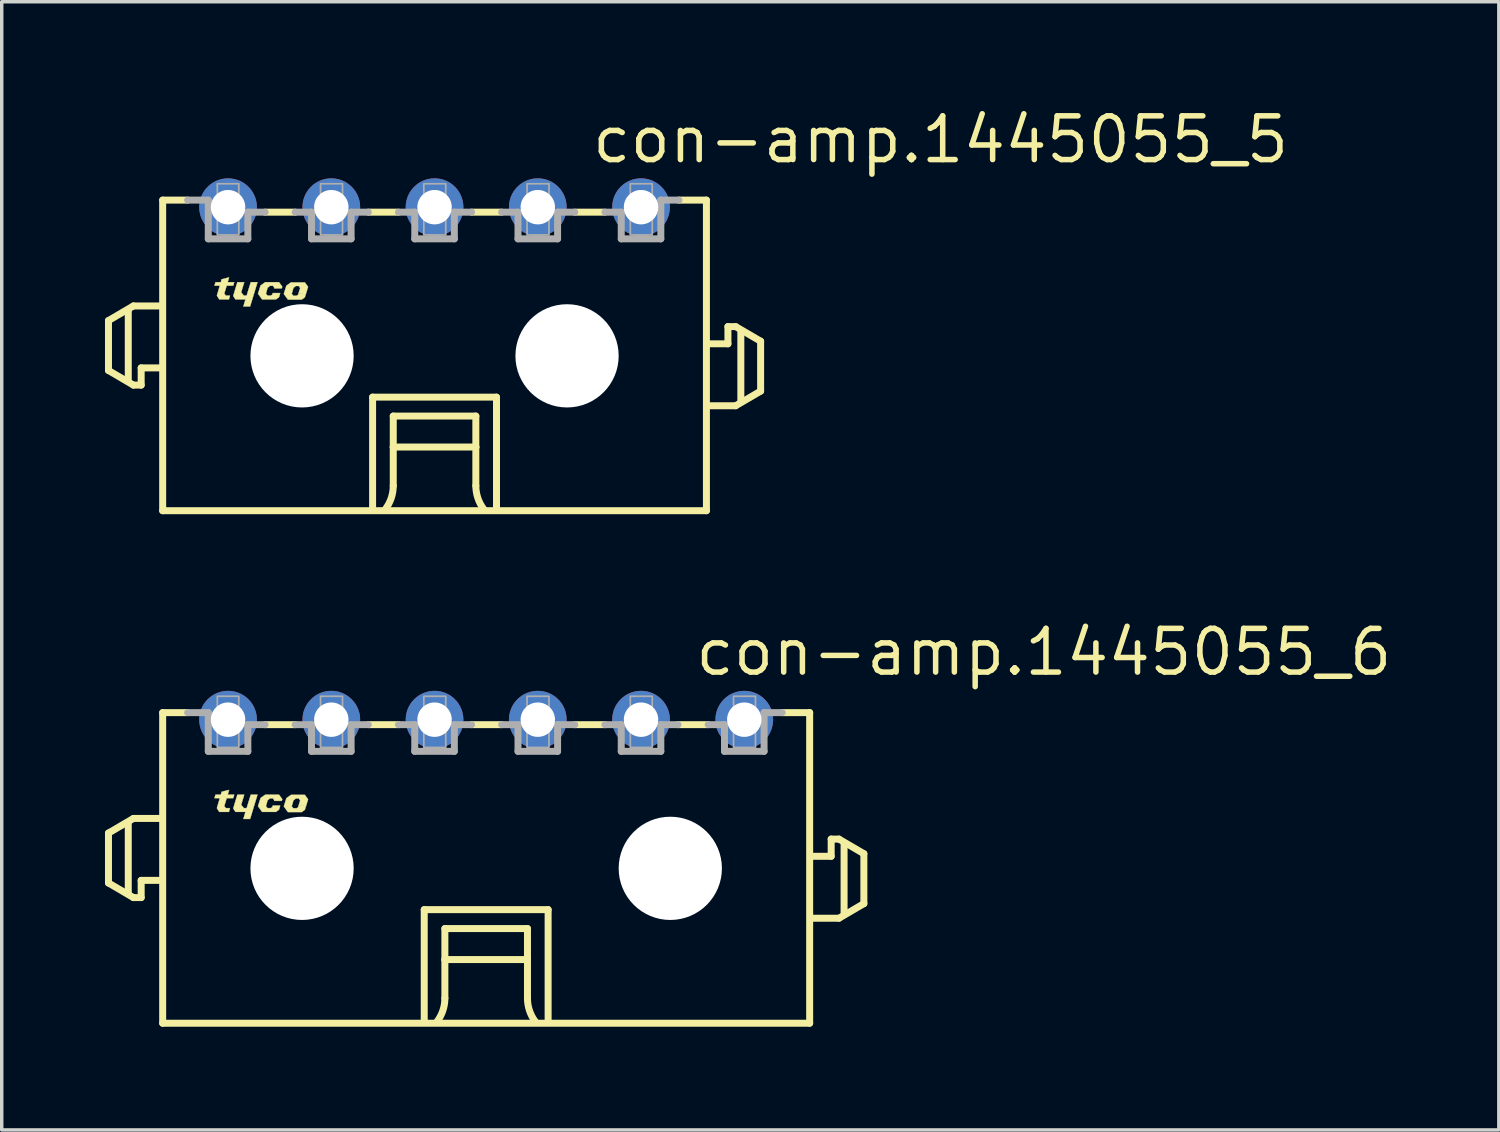
<source format=kicad_pcb>
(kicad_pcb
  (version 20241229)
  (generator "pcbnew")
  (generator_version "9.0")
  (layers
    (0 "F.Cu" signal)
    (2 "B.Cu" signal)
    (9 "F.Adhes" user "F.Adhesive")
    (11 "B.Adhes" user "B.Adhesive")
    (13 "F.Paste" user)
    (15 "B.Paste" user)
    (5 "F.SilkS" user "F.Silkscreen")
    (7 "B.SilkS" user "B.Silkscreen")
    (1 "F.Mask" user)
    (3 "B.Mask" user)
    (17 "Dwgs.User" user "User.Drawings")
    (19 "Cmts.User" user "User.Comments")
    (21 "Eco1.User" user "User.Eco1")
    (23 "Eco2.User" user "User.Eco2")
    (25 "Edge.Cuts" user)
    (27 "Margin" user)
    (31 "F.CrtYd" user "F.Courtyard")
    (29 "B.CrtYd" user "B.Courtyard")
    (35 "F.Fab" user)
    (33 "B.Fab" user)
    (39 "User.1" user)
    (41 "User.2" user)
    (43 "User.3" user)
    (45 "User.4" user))
  (footprint "con-amp.1445055_6"
    (layer "F.Cu")
    (at 11.077 22.182)
    (property "Reference" "con-amp.1445055_6" (at 6 -5.54 0) (layer "F.SilkS") (effects (font (size 1.27 1.27) (thickness 0.16)) (justify left bottom)))
    (attr through_hole)
    (fp_line (start -10.975 -1.025) (end -10.975 0.425) (stroke (width 0.203) (type default)) (layer "F.SilkS"))
    (fp_line (start -10.975 0.425) (end -10.25 0.85) (stroke (width 0.203) (type default)) (layer "F.SilkS"))
    (fp_line (start -10.4 0.7) (end -10.4 -1.3) (stroke (width 0.203) (type default)) (layer "F.SilkS"))
    (fp_line (start -10.25 -1.45) (end -10.975 -1.025) (stroke (width 0.203) (type default)) (layer "F.SilkS"))
    (fp_line (start -10.25 0.85) (end -10.025 0.85) (stroke (width 0.203) (type default)) (layer "F.SilkS"))
    (fp_line (start -10.025 0.35) (end -9.5 0.35) (stroke (width 0.203) (type default)) (layer "F.SilkS"))
    (fp_line (start -10.025 0.85) (end -10.025 0.35) (stroke (width 0.203) (type default)) (layer "F.SilkS"))
    (fp_line (start -9.5 -1.45) (end -10.25 -1.45) (stroke (width 0.203) (type default)) (layer "F.SilkS"))
    (fp_line (start -9.4 -4.525) (end -9.4 4.5) (stroke (width 0.203) (type default)) (layer "F.SilkS"))
    (fp_line (start -9.4 -4.525) (end -8.675 -4.525) (stroke (width 0.203) (type default)) (layer "F.SilkS"))
    (fp_line (start -9.4 4.5) (end 9.4 4.5) (stroke (width 0.203) (type default)) (layer "F.SilkS"))
    (fp_line (start -5.55 -4.175) (end -6.425 -4.175) (stroke (width 0.203) (type default)) (layer "F.SilkS"))
    (fp_line (start -2.55 -4.175) (end -3.425 -4.175) (stroke (width 0.203) (type default)) (layer "F.SilkS"))
    (fp_line (start -1.8 1.2) (end 1.8 1.2) (stroke (width 0.203) (type default)) (layer "F.SilkS"))
    (fp_line (start -1.8 4.4) (end -1.8 1.2) (stroke (width 0.203) (type default)) (layer "F.SilkS"))
    (fp_line (start -1.2 1.75) (end -1.2 2.65) (stroke (width 0.203) (type default)) (layer "F.SilkS"))
    (fp_line (start -1.2 2.65) (end -1.2 3.775) (stroke (width 0.203) (type default)) (layer "F.SilkS"))
    (fp_line (start -1.2 2.65) (end 1.2 2.65) (stroke (width 0.203) (type default)) (layer "F.SilkS"))
    (fp_line (start 0.45 -4.175) (end -0.425 -4.175) (stroke (width 0.203) (type default)) (layer "F.SilkS"))
    (fp_line (start 1.2 1.75) (end -1.2 1.75) (stroke (width 0.203) (type default)) (layer "F.SilkS"))
    (fp_line (start 1.2 2.65) (end 1.2 1.75) (stroke (width 0.203) (type default)) (layer "F.SilkS"))
    (fp_line (start 1.2 2.65) (end 1.2 3.775) (stroke (width 0.203) (type default)) (layer "F.SilkS"))
    (fp_line (start 1.8 1.2) (end 1.8 4.4) (stroke (width 0.203) (type default)) (layer "F.SilkS"))
    (fp_line (start 3.45 -4.175) (end 2.575 -4.175) (stroke (width 0.203) (type default)) (layer "F.SilkS"))
    (fp_line (start 6.45 -4.175) (end 5.575 -4.175) (stroke (width 0.203) (type default)) (layer "F.SilkS"))
    (fp_line (start 9.4 -4.525) (end 8.6 -4.525) (stroke (width 0.203) (type default)) (layer "F.SilkS"))
    (fp_line (start 9.4 4.5) (end 9.4 -4.525) (stroke (width 0.203) (type default)) (layer "F.SilkS"))
    (fp_line (start 9.5 1.45) (end 10.25 1.45) (stroke (width 0.203) (type default)) (layer "F.SilkS"))
    (fp_line (start 10.025 -0.85) (end 10.025 -0.35) (stroke (width 0.203) (type default)) (layer "F.SilkS"))
    (fp_line (start 10.025 -0.35) (end 9.5 -0.35) (stroke (width 0.203) (type default)) (layer "F.SilkS"))
    (fp_line (start 10.25 -0.85) (end 10.025 -0.85) (stroke (width 0.203) (type default)) (layer "F.SilkS"))
    (fp_line (start 10.25 1.45) (end 10.975 1.025) (stroke (width 0.203) (type default)) (layer "F.SilkS"))
    (fp_line (start 10.4 1.3) (end 10.4 -0.7) (stroke (width 0.203) (type default)) (layer "F.SilkS"))
    (fp_line (start 10.975 -0.425) (end 10.25 -0.85) (stroke (width 0.203) (type default)) (layer "F.SilkS"))
    (fp_line (start 10.975 1.025) (end 10.975 -0.425) (stroke (width 0.203) (type default)) (layer "F.SilkS"))
    (fp_arc (start -1.2 3.775) (mid -1.257731 4.130756) (end -1.425 4.45) (stroke (width 0.2032) (type default)) (layer "F.SilkS"))
    (fp_arc (start 1.425 4.45) (mid 1.257731 4.130756) (end 1.2 3.775) (stroke (width 0.2032) (type default)) (layer "F.SilkS"))
    (fp_poly (pts (xy -7.23 -2.14) (xy -7.03 -2.14) (xy -7.12 -1.845) (xy -7.04 -1.75) (xy -6.96 -1.75) (xy -6.84 -2.14) (xy -6.645 -2.14) (xy -6.86 -1.435) (xy -7.055 -1.435) (xy -6.995 -1.64) (xy -7.285 -1.64) (xy -7.35 -1.74)) (stroke (width 0.01) (type default)) (fill yes) (layer "F.SilkS"))
    (fp_poly (pts (xy -7.865 -2.14) (xy -7.71 -2.14) (xy -7.688 -2.225) (xy -7.47 -2.28) (xy -7.51 -2.14) (xy -7.32 -2.14) (xy -7.35 -2.04) (xy -7.54 -2.04) (xy -7.61 -1.81) (xy -7.565 -1.75) (xy -7.445 -1.75) (xy -7.475 -1.64) (xy -7.755 -1.64) (xy -7.825 -1.75) (xy -7.74 -2.04) (xy -7.895 -2.04)) (stroke (width 0.01) (type default)) (fill yes) (layer "F.SilkS"))
    (fp_poly (pts (xy -6.16 -1.96) (xy -5.94 -1.96) (xy -5.925 -2.01) (xy -6.02 -2.14) (xy -6.42 -2.14) (xy -6.555 -2.045) (xy -6.63 -1.805) (xy -6.51 -1.64) (xy -6.11 -1.64) (xy -6.02 -1.705) (xy -5.985 -1.825) (xy -6.2 -1.825) (xy -6.215 -1.78) (xy -6.26 -1.75) (xy -6.355 -1.75) (xy -6.4 -1.81) (xy -6.35 -1.98) (xy -6.28 -2.035) (xy -6.195 -2.035) (xy -6.155 -1.975)) (stroke (width 0.01) (type default)) (fill yes) (layer "F.SilkS"))
    (fp_poly (pts (xy -5.45 -1.825) (xy -5.23 -1.825) (xy -5.175 -2.005) (xy -5.27 -2.135) (xy -5.67 -2.135) (xy -5.805 -2.04) (xy -5.88 -1.8) (xy -5.76 -1.635) (xy -5.36 -1.635) (xy -5.27 -1.7) (xy -5.23 -1.825) (xy -5.45 -1.82) (xy -5.465 -1.775) (xy -5.51 -1.745) (xy -5.605 -1.745) (xy -5.65 -1.805) (xy -5.6 -1.975) (xy -5.53 -2.03) (xy -5.445 -2.03) (xy -5.405 -1.97)) (stroke (width 0.01) (type default)) (fill yes) (layer "F.SilkS"))
    (fp_line (start -8.075 -4.525) (end -8.675 -4.525) (stroke (width 0.203) (type default)) (layer "F.Fab"))
    (fp_line (start -8.075 -3.4) (end -8.075 -4.525) (stroke (width 0.203) (type default)) (layer "F.Fab"))
    (fp_line (start -6.925 -4.175) (end -6.925 -3.4) (stroke (width 0.203) (type default)) (layer "F.Fab"))
    (fp_line (start -6.925 -3.4) (end -8.075 -3.4) (stroke (width 0.203) (type default)) (layer "F.Fab"))
    (fp_line (start -6.425 -4.175) (end -6.925 -4.175) (stroke (width 0.203) (type default)) (layer "F.Fab"))
    (fp_line (start -5.075 -4.175) (end -5.55 -4.175) (stroke (width 0.203) (type default)) (layer "F.Fab"))
    (fp_line (start -5.075 -3.4) (end -5.075 -4.175) (stroke (width 0.203) (type default)) (layer "F.Fab"))
    (fp_line (start -3.925 -4.175) (end -3.925 -3.4) (stroke (width 0.203) (type default)) (layer "F.Fab"))
    (fp_line (start -3.925 -3.4) (end -5.075 -3.4) (stroke (width 0.203) (type default)) (layer "F.Fab"))
    (fp_line (start -3.425 -4.175) (end -3.925 -4.175) (stroke (width 0.203) (type default)) (layer "F.Fab"))
    (fp_line (start -2.075 -4.175) (end -2.55 -4.175) (stroke (width 0.203) (type default)) (layer "F.Fab"))
    (fp_line (start -2.075 -3.4) (end -2.075 -4.175) (stroke (width 0.203) (type default)) (layer "F.Fab"))
    (fp_line (start -0.925 -4.175) (end -0.925 -3.4) (stroke (width 0.203) (type default)) (layer "F.Fab"))
    (fp_line (start -0.925 -3.4) (end -2.075 -3.4) (stroke (width 0.203) (type default)) (layer "F.Fab"))
    (fp_line (start -0.425 -4.175) (end -0.925 -4.175) (stroke (width 0.203) (type default)) (layer "F.Fab"))
    (fp_line (start 0.925 -4.175) (end 0.45 -4.175) (stroke (width 0.203) (type default)) (layer "F.Fab"))
    (fp_line (start 0.925 -3.4) (end 0.925 -4.175) (stroke (width 0.203) (type default)) (layer "F.Fab"))
    (fp_line (start 2.075 -4.175) (end 2.075 -3.4) (stroke (width 0.203) (type default)) (layer "F.Fab"))
    (fp_line (start 2.075 -3.4) (end 0.925 -3.4) (stroke (width 0.203) (type default)) (layer "F.Fab"))
    (fp_line (start 2.575 -4.175) (end 2.075 -4.175) (stroke (width 0.203) (type default)) (layer "F.Fab"))
    (fp_line (start 3.925 -4.175) (end 3.45 -4.175) (stroke (width 0.203) (type default)) (layer "F.Fab"))
    (fp_line (start 3.925 -3.4) (end 3.925 -4.175) (stroke (width 0.203) (type default)) (layer "F.Fab"))
    (fp_line (start 5.075 -4.175) (end 5.075 -3.4) (stroke (width 0.203) (type default)) (layer "F.Fab"))
    (fp_line (start 5.075 -3.4) (end 3.925 -3.4) (stroke (width 0.203) (type default)) (layer "F.Fab"))
    (fp_line (start 5.575 -4.175) (end 5.075 -4.175) (stroke (width 0.203) (type default)) (layer "F.Fab"))
    (fp_line (start 6.925 -4.175) (end 6.45 -4.175) (stroke (width 0.203) (type default)) (layer "F.Fab"))
    (fp_line (start 6.925 -3.4) (end 6.925 -4.175) (stroke (width 0.203) (type default)) (layer "F.Fab"))
    (fp_line (start 8.075 -4.525) (end 8.075 -3.4) (stroke (width 0.203) (type default)) (layer "F.Fab"))
    (fp_line (start 8.075 -3.4) (end 6.925 -3.4) (stroke (width 0.203) (type default)) (layer "F.Fab"))
    (fp_line (start 8.6 -4.525) (end 8.075 -4.525) (stroke (width 0.203) (type default)) (layer "F.Fab"))
    (fp_rect (start -7.812 -3.513) (end -7.188 -5) (stroke (width 0.05) (type default)) (fill no) (layer "F.Fab"))
    (fp_rect (start -4.812 -3.513) (end -4.175 -5) (stroke (width 0.05) (type default)) (fill no) (layer "F.Fab"))
    (fp_rect (start -1.812 -3.513) (end -1.175 -5) (stroke (width 0.05) (type default)) (fill no) (layer "F.Fab"))
    (fp_rect (start 1.188 -3.513) (end 1.825 -5) (stroke (width 0.05) (type default)) (fill no) (layer "F.Fab"))
    (fp_rect (start 4.188 -3.513) (end 4.825 -5) (stroke (width 0.05) (type default)) (fill no) (layer "F.Fab"))
    (fp_rect (start 7.188 -3.513) (end 7.825 -5) (stroke (width 0.05) (type default)) (fill no) (layer "F.Fab"))
    (pad "" np_thru_hole circle (at -5.35 0) (size 3 3) (drill 3) (layers "*.Cu" "*.Mask"))
    (pad "" np_thru_hole circle (at 5.35 0) (size 3 3) (drill 3) (layers "*.Cu" "*.Mask"))
    (pad "1" thru_hole circle (at 7.5 -4.32) (size 1.676 1.676) (drill 1) (layers "*.Cu" "*.Mask"))
    (pad "2" thru_hole circle (at 4.5 -4.32) (size 1.676 1.676) (drill 1) (layers "*.Cu" "*.Mask"))
    (pad "3" thru_hole circle (at 1.5 -4.32) (size 1.676 1.676) (drill 1) (layers "*.Cu" "*.Mask"))
    (pad "4" thru_hole circle (at -1.5 -4.32) (size 1.676 1.676) (drill 1) (layers "*.Cu" "*.Mask"))
    (pad "5" thru_hole circle (at -4.5 -4.32) (size 1.676 1.676) (drill 1) (layers "*.Cu" "*.Mask"))
    (pad "6" thru_hole circle (at -7.5 -4.32) (size 1.676 1.676) (drill 1) (layers "*.Cu" "*.Mask")))
  (footprint "con-amp.1445055_5"
    (layer "F.Cu")
    (at 9.577 7.29)
    (property "Reference" "con-amp.1445055_5" (at 4.5 -5.54 0) (layer "F.SilkS") (effects (font (size 1.27 1.27) (thickness 0.16)) (justify left bottom)))
    (attr through_hole)
    (fp_line (start -9.475 -1.025) (end -9.475 0.425) (stroke (width 0.203) (type default)) (layer "F.SilkS"))
    (fp_line (start -9.475 0.425) (end -8.75 0.85) (stroke (width 0.203) (type default)) (layer "F.SilkS"))
    (fp_line (start -8.9 0.7) (end -8.9 -1.3) (stroke (width 0.203) (type default)) (layer "F.SilkS"))
    (fp_line (start -8.75 -1.45) (end -9.475 -1.025) (stroke (width 0.203) (type default)) (layer "F.SilkS"))
    (fp_line (start -8.75 0.85) (end -8.525 0.85) (stroke (width 0.203) (type default)) (layer "F.SilkS"))
    (fp_line (start -8.525 0.35) (end -8 0.35) (stroke (width 0.203) (type default)) (layer "F.SilkS"))
    (fp_line (start -8.525 0.85) (end -8.525 0.35) (stroke (width 0.203) (type default)) (layer "F.SilkS"))
    (fp_line (start -8 -1.45) (end -8.75 -1.45) (stroke (width 0.203) (type default)) (layer "F.SilkS"))
    (fp_line (start -7.9 -4.525) (end -7.9 4.5) (stroke (width 0.203) (type default)) (layer "F.SilkS"))
    (fp_line (start -7.9 -4.525) (end -7.175 -4.525) (stroke (width 0.203) (type default)) (layer "F.SilkS"))
    (fp_line (start -7.9 4.5) (end 7.9 4.5) (stroke (width 0.203) (type default)) (layer "F.SilkS"))
    (fp_line (start -4.05 -4.175) (end -4.925 -4.175) (stroke (width 0.203) (type default)) (layer "F.SilkS"))
    (fp_line (start -1.8 1.2) (end 1.8 1.2) (stroke (width 0.203) (type default)) (layer "F.SilkS"))
    (fp_line (start -1.8 4.4) (end -1.8 1.2) (stroke (width 0.203) (type default)) (layer "F.SilkS"))
    (fp_line (start -1.2 1.75) (end -1.2 2.65) (stroke (width 0.203) (type default)) (layer "F.SilkS"))
    (fp_line (start -1.2 2.65) (end -1.2 3.775) (stroke (width 0.203) (type default)) (layer "F.SilkS"))
    (fp_line (start -1.2 2.65) (end 1.2 2.65) (stroke (width 0.203) (type default)) (layer "F.SilkS"))
    (fp_line (start -1.05 -4.175) (end -1.925 -4.175) (stroke (width 0.203) (type default)) (layer "F.SilkS"))
    (fp_line (start 1.2 1.75) (end -1.2 1.75) (stroke (width 0.203) (type default)) (layer "F.SilkS"))
    (fp_line (start 1.2 2.65) (end 1.2 1.75) (stroke (width 0.203) (type default)) (layer "F.SilkS"))
    (fp_line (start 1.2 2.65) (end 1.2 3.775) (stroke (width 0.203) (type default)) (layer "F.SilkS"))
    (fp_line (start 1.8 1.2) (end 1.8 4.4) (stroke (width 0.203) (type default)) (layer "F.SilkS"))
    (fp_line (start 1.95 -4.175) (end 1.075 -4.175) (stroke (width 0.203) (type default)) (layer "F.SilkS"))
    (fp_line (start 4.95 -4.175) (end 4.075 -4.175) (stroke (width 0.203) (type default)) (layer "F.SilkS"))
    (fp_line (start 7.9 -4.525) (end 7.1 -4.525) (stroke (width 0.203) (type default)) (layer "F.SilkS"))
    (fp_line (start 7.9 4.5) (end 7.9 -4.525) (stroke (width 0.203) (type default)) (layer "F.SilkS"))
    (fp_line (start 8 1.45) (end 8.75 1.45) (stroke (width 0.203) (type default)) (layer "F.SilkS"))
    (fp_line (start 8.525 -0.85) (end 8.525 -0.35) (stroke (width 0.203) (type default)) (layer "F.SilkS"))
    (fp_line (start 8.525 -0.35) (end 8 -0.35) (stroke (width 0.203) (type default)) (layer "F.SilkS"))
    (fp_line (start 8.75 -0.85) (end 8.525 -0.85) (stroke (width 0.203) (type default)) (layer "F.SilkS"))
    (fp_line (start 8.75 1.45) (end 9.475 1.025) (stroke (width 0.203) (type default)) (layer "F.SilkS"))
    (fp_line (start 8.9 1.3) (end 8.9 -0.7) (stroke (width 0.203) (type default)) (layer "F.SilkS"))
    (fp_line (start 9.475 -0.425) (end 8.75 -0.85) (stroke (width 0.203) (type default)) (layer "F.SilkS"))
    (fp_line (start 9.475 1.025) (end 9.475 -0.425) (stroke (width 0.203) (type default)) (layer "F.SilkS"))
    (fp_arc (start -1.2 3.775) (mid -1.257731 4.130756) (end -1.425 4.45) (stroke (width 0.2032) (type default)) (layer "F.SilkS"))
    (fp_arc (start 1.425 4.45) (mid 1.257731 4.130756) (end 1.2 3.775) (stroke (width 0.2032) (type default)) (layer "F.SilkS"))
    (fp_poly (pts (xy -5.73 -2.14) (xy -5.53 -2.14) (xy -5.62 -1.845) (xy -5.54 -1.75) (xy -5.46 -1.75) (xy -5.34 -2.14) (xy -5.145 -2.14) (xy -5.36 -1.435) (xy -5.555 -1.435) (xy -5.495 -1.64) (xy -5.785 -1.64) (xy -5.85 -1.74)) (stroke (width 0.01) (type default)) (fill yes) (layer "F.SilkS"))
    (fp_poly (pts (xy -6.365 -2.14) (xy -6.21 -2.14) (xy -6.188 -2.225) (xy -5.97 -2.28) (xy -6.01 -2.14) (xy -5.82 -2.14) (xy -5.85 -2.04) (xy -6.04 -2.04) (xy -6.11 -1.81) (xy -6.065 -1.75) (xy -5.945 -1.75) (xy -5.975 -1.64) (xy -6.255 -1.64) (xy -6.325 -1.75) (xy -6.24 -2.04) (xy -6.395 -2.04)) (stroke (width 0.01) (type default)) (fill yes) (layer "F.SilkS"))
    (fp_poly (pts (xy -4.66 -1.96) (xy -4.44 -1.96) (xy -4.425 -2.01) (xy -4.52 -2.14) (xy -4.92 -2.14) (xy -5.055 -2.045) (xy -5.13 -1.805) (xy -5.01 -1.64) (xy -4.61 -1.64) (xy -4.52 -1.705) (xy -4.485 -1.825) (xy -4.7 -1.825) (xy -4.715 -1.78) (xy -4.76 -1.75) (xy -4.855 -1.75) (xy -4.9 -1.81) (xy -4.85 -1.98) (xy -4.78 -2.035) (xy -4.695 -2.035) (xy -4.655 -1.975)) (stroke (width 0.01) (type default)) (fill yes) (layer "F.SilkS"))
    (fp_poly (pts (xy -3.95 -1.825) (xy -3.73 -1.825) (xy -3.675 -2.005) (xy -3.77 -2.135) (xy -4.17 -2.135) (xy -4.305 -2.04) (xy -4.38 -1.8) (xy -4.26 -1.635) (xy -3.86 -1.635) (xy -3.77 -1.7) (xy -3.73 -1.825) (xy -3.95 -1.82) (xy -3.965 -1.775) (xy -4.01 -1.745) (xy -4.105 -1.745) (xy -4.15 -1.805) (xy -4.1 -1.975) (xy -4.03 -2.03) (xy -3.945 -2.03) (xy -3.905 -1.97)) (stroke (width 0.01) (type default)) (fill yes) (layer "F.SilkS"))
    (fp_line (start -6.575 -4.525) (end -7.175 -4.525) (stroke (width 0.203) (type default)) (layer "F.Fab"))
    (fp_line (start -6.575 -3.4) (end -6.575 -4.525) (stroke (width 0.203) (type default)) (layer "F.Fab"))
    (fp_line (start -5.425 -4.175) (end -5.425 -3.4) (stroke (width 0.203) (type default)) (layer "F.Fab"))
    (fp_line (start -5.425 -3.4) (end -6.575 -3.4) (stroke (width 0.203) (type default)) (layer "F.Fab"))
    (fp_line (start -4.925 -4.175) (end -5.425 -4.175) (stroke (width 0.203) (type default)) (layer "F.Fab"))
    (fp_line (start -3.575 -4.175) (end -4.05 -4.175) (stroke (width 0.203) (type default)) (layer "F.Fab"))
    (fp_line (start -3.575 -3.4) (end -3.575 -4.175) (stroke (width 0.203) (type default)) (layer "F.Fab"))
    (fp_line (start -2.425 -4.175) (end -2.425 -3.4) (stroke (width 0.203) (type default)) (layer "F.Fab"))
    (fp_line (start -2.425 -3.4) (end -3.575 -3.4) (stroke (width 0.203) (type default)) (layer "F.Fab"))
    (fp_line (start -1.925 -4.175) (end -2.425 -4.175) (stroke (width 0.203) (type default)) (layer "F.Fab"))
    (fp_line (start -0.575 -4.175) (end -1.05 -4.175) (stroke (width 0.203) (type default)) (layer "F.Fab"))
    (fp_line (start -0.575 -3.4) (end -0.575 -4.175) (stroke (width 0.203) (type default)) (layer "F.Fab"))
    (fp_line (start 0.575 -4.175) (end 0.575 -3.4) (stroke (width 0.203) (type default)) (layer "F.Fab"))
    (fp_line (start 0.575 -3.4) (end -0.575 -3.4) (stroke (width 0.203) (type default)) (layer "F.Fab"))
    (fp_line (start 1.075 -4.175) (end 0.575 -4.175) (stroke (width 0.203) (type default)) (layer "F.Fab"))
    (fp_line (start 2.425 -4.175) (end 1.95 -4.175) (stroke (width 0.203) (type default)) (layer "F.Fab"))
    (fp_line (start 2.425 -3.4) (end 2.425 -4.175) (stroke (width 0.203) (type default)) (layer "F.Fab"))
    (fp_line (start 3.575 -4.175) (end 3.575 -3.4) (stroke (width 0.203) (type default)) (layer "F.Fab"))
    (fp_line (start 3.575 -3.4) (end 2.425 -3.4) (stroke (width 0.203) (type default)) (layer "F.Fab"))
    (fp_line (start 4.075 -4.175) (end 3.575 -4.175) (stroke (width 0.203) (type default)) (layer "F.Fab"))
    (fp_line (start 5.425 -4.175) (end 4.95 -4.175) (stroke (width 0.203) (type default)) (layer "F.Fab"))
    (fp_line (start 5.425 -3.4) (end 5.425 -4.175) (stroke (width 0.203) (type default)) (layer "F.Fab"))
    (fp_line (start 6.575 -4.525) (end 6.575 -3.4) (stroke (width 0.203) (type default)) (layer "F.Fab"))
    (fp_line (start 6.575 -3.4) (end 5.425 -3.4) (stroke (width 0.203) (type default)) (layer "F.Fab"))
    (fp_line (start 7.1 -4.525) (end 6.575 -4.525) (stroke (width 0.203) (type default)) (layer "F.Fab"))
    (fp_rect (start -6.312 -3.513) (end -5.688 -5) (stroke (width 0.05) (type default)) (fill no) (layer "F.Fab"))
    (fp_rect (start -3.312 -3.513) (end -2.675 -5) (stroke (width 0.05) (type default)) (fill no) (layer "F.Fab"))
    (fp_rect (start -0.312 -3.513) (end 0.325 -5) (stroke (width 0.05) (type default)) (fill no) (layer "F.Fab"))
    (fp_rect (start 2.688 -3.513) (end 3.325 -5) (stroke (width 0.05) (type default)) (fill no) (layer "F.Fab"))
    (fp_rect (start 5.688 -3.513) (end 6.325 -5) (stroke (width 0.05) (type default)) (fill no) (layer "F.Fab"))
    (pad "" np_thru_hole circle (at -3.85 0) (size 3 3) (drill 3) (layers "*.Cu" "*.Mask"))
    (pad "" np_thru_hole circle (at 3.85 0) (size 3 3) (drill 3) (layers "*.Cu" "*.Mask"))
    (pad "1" thru_hole circle (at 6 -4.32) (size 1.676 1.676) (drill 1) (layers "*.Cu" "*.Mask"))
    (pad "2" thru_hole circle (at 3 -4.32) (size 1.676 1.676) (drill 1) (layers "*.Cu" "*.Mask"))
    (pad "3" thru_hole circle (at 0 -4.32) (size 1.676 1.676) (drill 1) (layers "*.Cu" "*.Mask"))
    (pad "4" thru_hole circle (at -3 -4.32) (size 1.676 1.676) (drill 1) (layers "*.Cu" "*.Mask"))
    (pad "5" thru_hole circle (at -6 -4.32) (size 1.676 1.676) (drill 1) (layers "*.Cu" "*.Mask")))
  (gr_rect
    (start -3 -3)
    (end 40.502 29.783)
    (stroke (width 0.1) (type default))
    (fill no)
    (layer "Edge.Cuts")))
</source>
